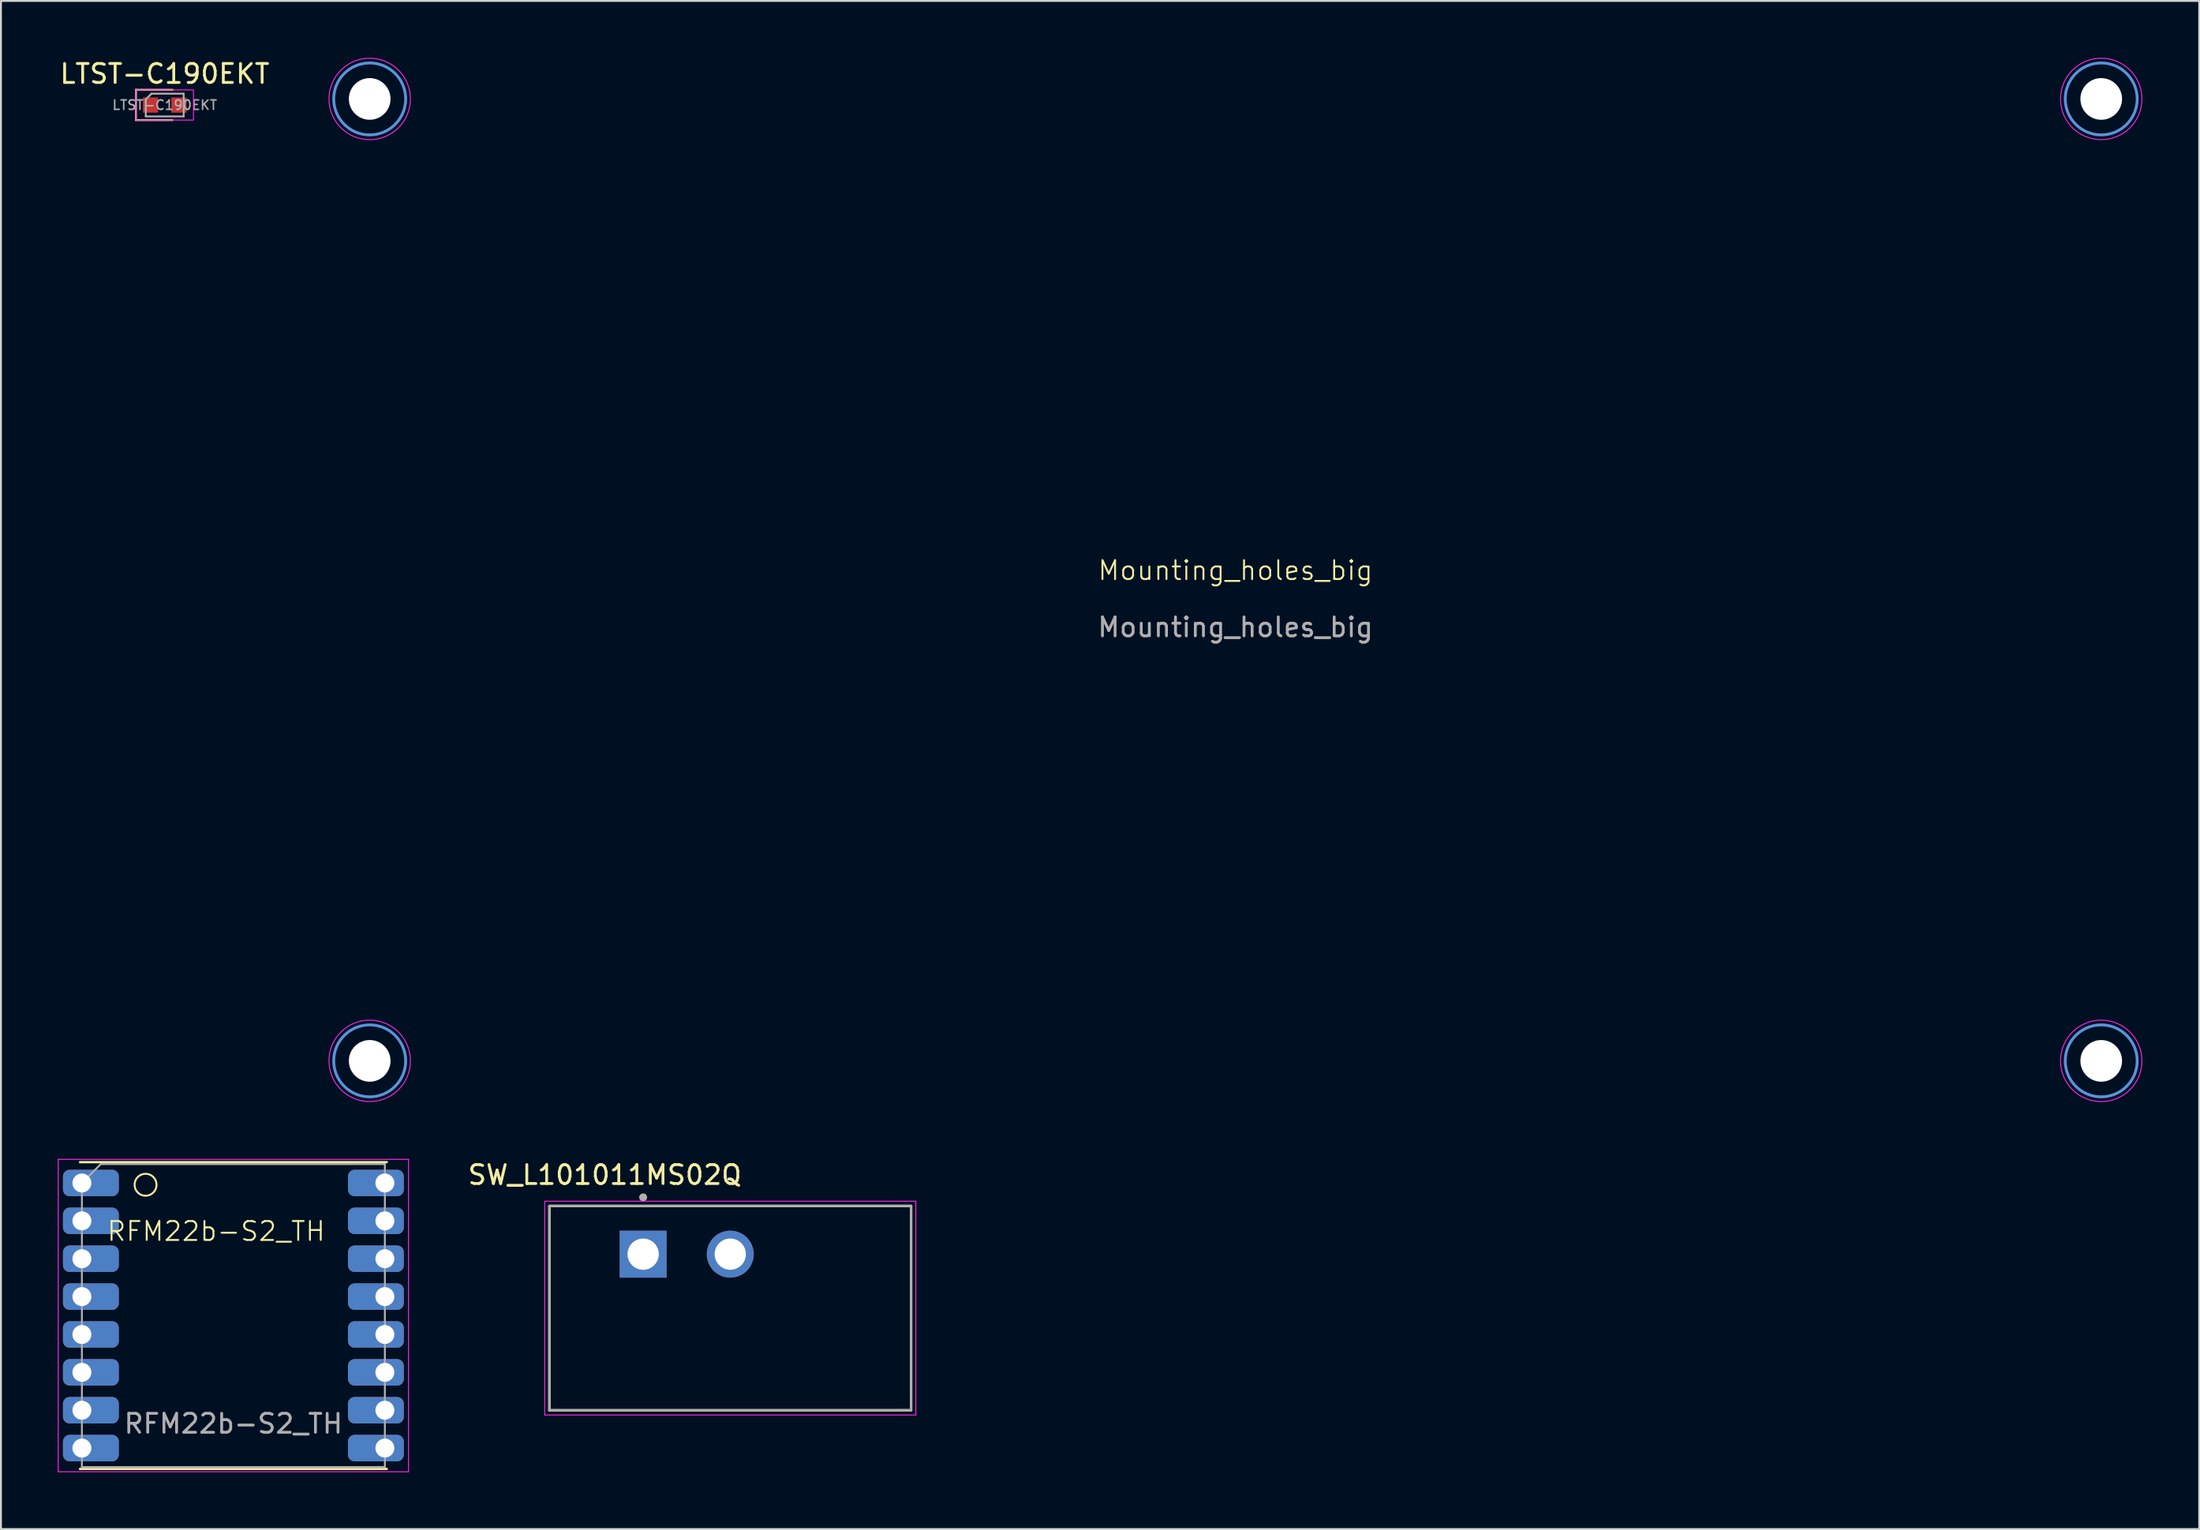
<source format=kicad_pcb>
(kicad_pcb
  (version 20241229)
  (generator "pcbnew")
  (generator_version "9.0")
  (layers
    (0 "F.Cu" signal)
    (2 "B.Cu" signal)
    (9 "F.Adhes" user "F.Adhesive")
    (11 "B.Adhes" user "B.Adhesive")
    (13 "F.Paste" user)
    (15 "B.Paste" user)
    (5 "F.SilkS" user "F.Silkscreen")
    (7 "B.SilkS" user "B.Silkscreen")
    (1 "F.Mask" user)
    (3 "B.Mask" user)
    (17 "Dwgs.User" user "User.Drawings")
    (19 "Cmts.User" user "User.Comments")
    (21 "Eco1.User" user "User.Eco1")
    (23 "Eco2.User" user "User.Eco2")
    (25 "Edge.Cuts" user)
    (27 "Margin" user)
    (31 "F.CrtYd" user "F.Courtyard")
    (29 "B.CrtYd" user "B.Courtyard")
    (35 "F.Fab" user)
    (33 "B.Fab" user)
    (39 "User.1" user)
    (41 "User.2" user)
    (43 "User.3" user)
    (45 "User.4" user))
  (footprint "RFM22b-S2_TH"
    (layer "F.Cu")
    (at 8.365 67.055)
    (property "Reference" "RFM22b-S2_TH" (at 0 -5.08 0) (unlocked yes) (layer "F.SilkS") (effects (font (size 1 1) (thickness 0.1))))
    (attr smd)
    (fp_line (start -7.19 -8.73) (end 9.01 -8.73) (stroke (width 0.12) (type solid)) (layer "F.SilkS"))
    (fp_line (start -7.19 7.47) (end 9.01 7.47) (stroke (width 0.12) (type solid)) (layer "F.SilkS"))
    (fp_circle (center -3.728 -7.536) (end -3.212 -7.271) (stroke (width 0.1) (type default)) (fill no) (layer "F.SilkS"))
    (fp_line (start -8.34 -8.88) (end 10.16 -8.88) (stroke (width 0.05) (type solid)) (layer "F.CrtYd"))
    (fp_line (start -8.34 7.62) (end -8.34 -8.88) (stroke (width 0.05) (type solid)) (layer "F.CrtYd"))
    (fp_line (start -8.34 7.62) (end 10.16 7.62) (stroke (width 0.05) (type solid)) (layer "F.CrtYd"))
    (fp_line (start 10.16 -8.88) (end 10.16 7.62) (stroke (width 0.05) (type solid)) (layer "F.CrtYd"))
    (fp_line (start -7.09 7.37) (end -7.09 -7.63) (stroke (width 0.1) (type solid)) (layer "F.Fab"))
    (fp_line (start -7.09 7.37) (end 8.91 7.37) (stroke (width 0.1) (type solid)) (layer "F.Fab"))
    (fp_line (start -6.09 -8.63) (end -7.09 -7.63) (stroke (width 0.1) (type solid)) (layer "F.Fab"))
    (fp_line (start -6.09 -8.63) (end 8.91 -8.63) (stroke (width 0.1) (type solid)) (layer "F.Fab"))
    (fp_line (start 8.91 7.37) (end 8.91 -8.63) (stroke (width 0.1) (type solid)) (layer "F.Fab"))
    (fp_text user "${REFERENCE}" (at 0.91 5.08 0) (layer "F.Fab") (effects (font (size 1 1) (thickness 0.15))))
    (pad "1" thru_hole roundrect (at -7.09 -7.63) (size 2.95 1.4) (drill 1 (offset 0.475 0)) (layers "*.Cu" "*.Mask") (roundrect_rratio 0.25))
    (pad "2" thru_hole roundrect (at -7.09 -5.63) (size 2.95 1.4) (drill 1 (offset 0.475 0)) (layers "*.Cu" "*.Mask") (roundrect_rratio 0.25))
    (pad "3" thru_hole roundrect (at -7.09 -3.63) (size 2.95 1.4) (drill 1 (offset 0.475 0)) (layers "*.Cu" "*.Mask") (roundrect_rratio 0.25))
    (pad "4" thru_hole roundrect (at -7.09 -1.63) (size 2.95 1.4) (drill 1 (offset 0.475 0)) (layers "*.Cu" "*.Mask") (roundrect_rratio 0.25))
    (pad "5" thru_hole roundrect (at -7.09 0.37) (size 2.95 1.4) (drill 1 (offset 0.475 0)) (layers "*.Cu" "*.Mask") (roundrect_rratio 0.25))
    (pad "6" thru_hole roundrect (at -7.09 2.37) (size 2.95 1.4) (drill 1 (offset 0.475 0)) (layers "*.Cu" "*.Mask") (roundrect_rratio 0.25))
    (pad "7" thru_hole roundrect (at -7.09 4.37) (size 2.95 1.4) (drill 1 (offset 0.475 0)) (layers "*.Cu" "*.Mask") (roundrect_rratio 0.25))
    (pad "8" thru_hole roundrect (at -7.09 6.37) (size 2.95 1.4) (drill 1 (offset 0.475 0)) (layers "*.Cu" "*.Mask") (roundrect_rratio 0.25))
    (pad "9" thru_hole roundrect (at 8.91 -7.63) (size 2.95 1.4) (drill 1 (offset -0.475 0)) (layers "*.Cu" "*.Mask") (roundrect_rratio 0.25))
    (pad "10" thru_hole roundrect (at 8.91 -5.63) (size 2.95 1.4) (drill 1 (offset -0.475 0)) (layers "*.Cu" "*.Mask") (roundrect_rratio 0.25))
    (pad "11" thru_hole roundrect (at 8.91 -3.63) (size 2.95 1.4) (drill 1 (offset -0.475 0)) (layers "*.Cu" "*.Mask") (roundrect_rratio 0.25))
    (pad "12" thru_hole roundrect (at 8.91 -1.63) (size 2.95 1.4) (drill 1 (offset -0.475 0)) (layers "*.Cu" "*.Mask") (roundrect_rratio 0.25))
    (pad "13" thru_hole roundrect (at 8.91 0.37) (size 2.95 1.4) (drill 1 (offset -0.475 0)) (layers "*.Cu" "*.Mask") (roundrect_rratio 0.25))
    (pad "14" thru_hole roundrect (at 8.91 2.37) (size 2.95 1.4) (drill 1 (offset -0.475 0)) (layers "*.Cu" "*.Mask") (roundrect_rratio 0.25))
    (pad "15" thru_hole roundrect (at 8.91 4.37) (size 2.95 1.4) (drill 1 (offset -0.475 0)) (layers "*.Cu" "*.Mask") (roundrect_rratio 0.25))
    (pad "16" thru_hole roundrect (at 8.91 6.37) (size 2.95 1.4) (drill 1 (offset -0.475 0)) (layers "*.Cu" "*.Mask") (roundrect_rratio 0.25)))
  (footprint "SW_L101011MS02Q"
    (layer "F.Cu")
    (at 35.514 66.033)
    (property "Reference" "SW_L101011MS02Q" (at -6.625 -7.035 0) (layer "F.SilkS") (effects (font (size 1 1) (thickness 0.15))))
    (attr through_hole)
    (fp_line (start -9.55 -5.395) (end 9.55 -5.395) (stroke (width 0.127) (type solid)) (layer "F.SilkS"))
    (fp_line (start -9.55 5.395) (end -9.55 -5.395) (stroke (width 0.127) (type solid)) (layer "F.SilkS"))
    (fp_line (start 9.55 -5.395) (end 9.55 5.395) (stroke (width 0.127) (type solid)) (layer "F.SilkS"))
    (fp_line (start 9.55 5.395) (end -9.55 5.395) (stroke (width 0.127) (type solid)) (layer "F.SilkS"))
    (fp_circle (center -4.6 -5.85) (end -4.5 -5.85) (stroke (width 0.2) (type solid)) (fill no) (layer "F.SilkS"))
    (fp_line (start -9.8 -5.645) (end 9.8 -5.645) (stroke (width 0.05) (type solid)) (layer "F.CrtYd"))
    (fp_line (start -9.8 5.645) (end -9.8 -5.645) (stroke (width 0.05) (type solid)) (layer "F.CrtYd"))
    (fp_line (start 9.8 -5.645) (end 9.8 5.645) (stroke (width 0.05) (type solid)) (layer "F.CrtYd"))
    (fp_line (start 9.8 5.645) (end -9.8 5.645) (stroke (width 0.05) (type solid)) (layer "F.CrtYd"))
    (fp_line (start -9.55 -5.395) (end 9.55 -5.395) (stroke (width 0.127) (type solid)) (layer "F.Fab"))
    (fp_line (start -9.55 5.395) (end -9.55 -5.395) (stroke (width 0.127) (type solid)) (layer "F.Fab"))
    (fp_line (start 9.55 -5.395) (end 9.55 5.395) (stroke (width 0.127) (type solid)) (layer "F.Fab"))
    (fp_line (start 9.55 5.395) (end -9.55 5.395) (stroke (width 0.127) (type solid)) (layer "F.Fab"))
    (fp_circle (center -4.6 -5.85) (end -4.5 -5.85) (stroke (width 0.2) (type solid)) (fill no) (layer "F.Fab"))
    (pad "1" thru_hole rect (at -4.6 -2.85) (size 2.48 2.48) (drill 1.65) (layers "*.Cu" "*.Mask"))
    (pad "2" thru_hole circle (at 0 -2.85) (size 2.48 2.48) (drill 1.65) (layers "*.Cu" "*.Mask")))
  (footprint "LTST-C190EKT"
    (layer "F.Cu")
    (at 5.649 2.498)
    (property "Reference" "LTST-C190EKT" (at 0 -1.65 0) (layer "F.SilkS") (effects (font (size 1 1) (thickness 0.15))))
    (attr smd)
    (fp_line (start -1.524 0.795) (end 0.409 0.795) (stroke (width 0.1) (type default)) (layer "F.SilkS"))
    (fp_line (start -1.518 -0.806) (end -1.524 0.795) (stroke (width 0.1) (type default)) (layer "F.SilkS"))
    (fp_line (start -1.518 -0.806) (end 0.414 -0.806) (stroke (width 0.1) (type default)) (layer "F.SilkS"))
    (fp_rect (start -1.529 -0.8) (end 1.518 0.795) (stroke (width 0.05) (type default)) (fill no) (layer "F.CrtYd"))
    (fp_line (start -1 -0.3) (end -1 0.6) (stroke (width 0.1) (type solid)) (layer "F.Fab"))
    (fp_line (start -1 0.6) (end 1 0.6) (stroke (width 0.1) (type solid)) (layer "F.Fab"))
    (fp_line (start -0.7 -0.6) (end -1 -0.3) (stroke (width 0.1) (type solid)) (layer "F.Fab"))
    (fp_line (start 1 -0.6) (end -0.7 -0.6) (stroke (width 0.1) (type solid)) (layer "F.Fab"))
    (fp_line (start 1 0.6) (end 1 -0.6) (stroke (width 0.1) (type solid)) (layer "F.Fab"))
    (fp_text user "${REFERENCE}" (at 0 0 0) (layer "F.Fab") (effects (font (size 0.5 0.5) (thickness 0.08))))
    (pad "1" smd rect (at -0.75 0) (size 0.8 0.8) (layers "F.Cu" "F.Mask" "F.Paste"))
    (pad "2" smd rect (at 0.75 0) (size 0.8 0.8) (layers "F.Cu" "F.Mask" "F.Paste" "Eco2.User")))
  (footprint "Mounting_holes_big"
    (layer "F.Cu")
    (at 62.193 27.575)
    (property "Reference" "Mounting_holes_big" (at 0 -0.5 0) (unlocked yes) (layer "F.SilkS") (effects (font (size 1 1) (thickness 0.1))))
    (attr smd)
    (fp_circle (center -45.72 -25.4) (end -43.82 -25.4) (stroke (width 0.15) (type solid)) (fill no) (layer "Cmts.User"))
    (fp_circle (center -45.72 25.4) (end -43.82 25.4) (stroke (width 0.15) (type solid)) (fill no) (layer "Cmts.User"))
    (fp_circle (center 45.72 -25.4) (end 47.62 -25.4) (stroke (width 0.15) (type solid)) (fill no) (layer "Cmts.User"))
    (fp_circle (center 45.72 25.4) (end 47.62 25.4) (stroke (width 0.15) (type solid)) (fill no) (layer "Cmts.User"))
    (fp_circle (center -45.72 -25.4) (end -43.57 -25.4) (stroke (width 0.05) (type solid)) (fill no) (layer "F.CrtYd"))
    (fp_circle (center -45.72 25.4) (end -43.57 25.4) (stroke (width 0.05) (type solid)) (fill no) (layer "F.CrtYd"))
    (fp_circle (center 45.72 -25.4) (end 47.87 -25.4) (stroke (width 0.05) (type solid)) (fill no) (layer "F.CrtYd"))
    (fp_circle (center 45.72 25.4) (end 47.87 25.4) (stroke (width 0.05) (type solid)) (fill no) (layer "F.CrtYd"))
    (fp_text user "${REFERENCE}" (at 0 2.5 0) (unlocked yes) (layer "F.Fab") (effects (font (size 1 1) (thickness 0.15))))
    (pad "" np_thru_hole circle (at -45.72 -25.4) (size 2.2 2.2) (drill 2.2) (layers "*.Cu" "*.Mask"))
    (pad "" np_thru_hole circle (at -45.72 25.4) (size 2.2 2.2) (drill 2.2) (layers "*.Cu" "*.Mask"))
    (pad "" np_thru_hole circle (at 45.72 -25.4) (size 2.2 2.2) (drill 2.2) (layers "*.Cu" "*.Mask"))
    (pad "" np_thru_hole circle (at 45.72 25.4) (size 2.2 2.2) (drill 2.2) (layers "*.Cu" "*.Mask")))
  (gr_rect
    (start -3 -3)
    (end 113.088 77.7)
    (stroke (width 0.1) (type default))
    (fill no)
    (layer "Edge.Cuts")))
</source>
